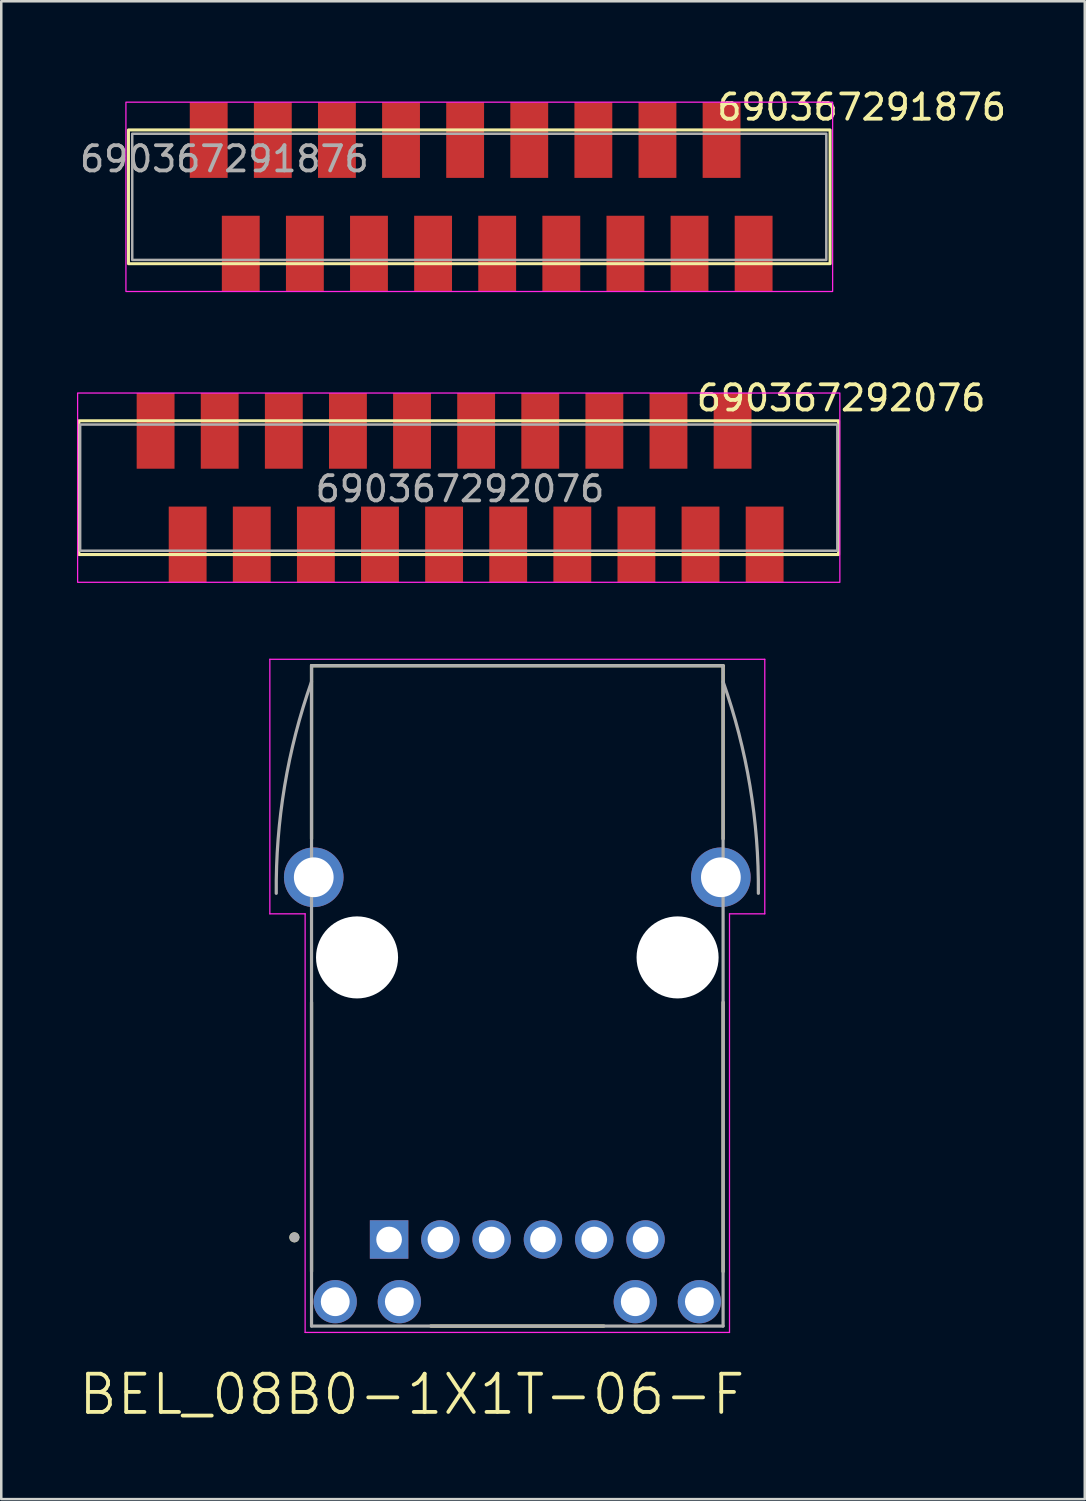
<source format=kicad_pcb>
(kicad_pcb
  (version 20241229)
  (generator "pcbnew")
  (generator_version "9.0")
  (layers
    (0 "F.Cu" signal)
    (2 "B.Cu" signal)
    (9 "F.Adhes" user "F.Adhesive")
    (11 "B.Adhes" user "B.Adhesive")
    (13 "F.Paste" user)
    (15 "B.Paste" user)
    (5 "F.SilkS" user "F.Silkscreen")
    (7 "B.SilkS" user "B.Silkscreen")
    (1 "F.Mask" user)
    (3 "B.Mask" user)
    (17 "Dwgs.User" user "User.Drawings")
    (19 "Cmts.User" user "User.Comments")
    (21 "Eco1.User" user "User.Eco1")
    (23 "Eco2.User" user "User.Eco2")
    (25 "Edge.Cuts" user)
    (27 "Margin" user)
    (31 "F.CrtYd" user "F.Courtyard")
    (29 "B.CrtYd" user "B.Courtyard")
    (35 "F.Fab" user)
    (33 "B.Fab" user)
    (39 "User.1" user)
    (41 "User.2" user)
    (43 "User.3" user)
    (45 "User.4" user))
  (footprint "690367292076"
    (layer "F.Cu")
    (at 15.125 16.271)
    (property "Reference" "690367292076" (at 15.15 -3.55 0) (unlocked yes) (layer "F.SilkS") (effects (font (size 1 1) (thickness 0.15))))
    (attr smd)
    (fp_rect (start -15.05 -2.65) (end 15.05 2.65) (stroke (width 0.12) (type solid)) (fill no) (layer "F.SilkS"))
    (fp_rect (start -13.75 -2.5) (end 13.75 2.5) (stroke (width 0.12) (type solid)) (fill no) (layer "Eco1.User"))
    (fp_rect (start -15.1 -3.75) (end 15.1 3.75) (stroke (width 0.05) (type solid)) (fill no) (layer "F.CrtYd"))
    (fp_rect (start -15 -2.5) (end 15 2.5) (stroke (width 0.1) (type solid)) (fill no) (layer "F.Fab"))
    (fp_text user "male connector size" (at 0 -3.9 0) (unlocked yes) (layer "Eco1.User") (effects (font (size 1 1) (thickness 0.15))))
    (fp_text user "${REFERENCE}" (at 0.05 0.05 0) (unlocked yes) (layer "F.Fab") (effects (font (size 1 1) (thickness 0.15))))
    (pad "1" smd rect (at 12.12 2.25) (size 1.5 3) (layers "F.Cu" "F.Mask" "F.Paste"))
    (pad "2" smd rect (at 10.85 -2.25) (size 1.5 3) (layers "F.Cu" "F.Mask" "F.Paste"))
    (pad "3" smd rect (at 9.58 2.25) (size 1.5 3) (layers "F.Cu" "F.Mask" "F.Paste"))
    (pad "4" smd rect (at 8.31 -2.25) (size 1.5 3) (layers "F.Cu" "F.Mask" "F.Paste"))
    (pad "5" smd rect (at 7.04 2.25) (size 1.5 3) (layers "F.Cu" "F.Mask" "F.Paste"))
    (pad "6" smd rect (at 5.77 -2.25) (size 1.5 3) (layers "F.Cu" "F.Mask" "F.Paste"))
    (pad "7" smd rect (at 4.5 2.25) (size 1.5 3) (layers "F.Cu" "F.Mask" "F.Paste"))
    (pad "8" smd rect (at 3.23 -2.25) (size 1.5 3) (layers "F.Cu" "F.Mask" "F.Paste"))
    (pad "9" smd rect (at 1.96 2.25) (size 1.5 3) (layers "F.Cu" "F.Mask" "F.Paste"))
    (pad "10" smd rect (at 0.69 -2.25) (size 1.5 3) (layers "F.Cu" "F.Mask" "F.Paste"))
    (pad "11" smd rect (at -0.58 2.25) (size 1.5 3) (layers "F.Cu" "F.Mask" "F.Paste"))
    (pad "12" smd rect (at -1.85 -2.25) (size 1.5 3) (layers "F.Cu" "F.Mask" "F.Paste"))
    (pad "13" smd rect (at -3.12 2.25) (size 1.5 3) (layers "F.Cu" "F.Mask" "F.Paste"))
    (pad "14" smd rect (at -4.39 -2.25) (size 1.5 3) (layers "F.Cu" "F.Mask" "F.Paste"))
    (pad "15" smd rect (at -5.66 2.25) (size 1.5 3) (layers "F.Cu" "F.Mask" "F.Paste"))
    (pad "16" smd rect (at -6.93 -2.25) (size 1.5 3) (layers "F.Cu" "F.Mask" "F.Paste"))
    (pad "17" smd rect (at -8.2 2.25) (size 1.5 3) (layers "F.Cu" "F.Mask" "F.Paste"))
    (pad "18" smd rect (at -9.47 -2.25) (size 1.5 3) (layers "F.Cu" "F.Mask" "F.Paste"))
    (pad "19" smd rect (at -10.74 2.25) (size 1.5 3) (layers "F.Cu" "F.Mask" "F.Paste"))
    (pad "20" smd rect (at -12.01 -2.25) (size 1.5 3) (layers "F.Cu" "F.Mask" "F.Paste")))
  (footprint "690367291876"
    (layer "F.Cu")
    (at 15.939 4.748)
    (property "Reference" "690367291876" (at 15.15 -3.55 0) (unlocked yes) (layer "F.SilkS") (effects (font (size 1 1) (thickness 0.15))))
    (attr smd)
    (fp_rect (start -13.9 -2.65) (end 13.9 2.65) (stroke (width 0.12) (type solid)) (fill no) (layer "F.SilkS"))
    (fp_rect (start -12.6 -2.5) (end 12.6 2.5) (stroke (width 0.12) (type solid)) (fill no) (layer "Eco1.User"))
    (fp_rect (start -14 -3.75) (end 14 3.75) (stroke (width 0.05) (type solid)) (fill no) (layer "F.CrtYd"))
    (fp_rect (start -13.75 -2.5) (end 13.75 2.5) (stroke (width 0.1) (type solid)) (fill no) (layer "F.Fab"))
    (fp_text user "male connector size" (at 0 -3.9 0) (unlocked yes) (layer "Eco1.User") (effects (font (size 1 1) (thickness 0.15))))
    (fp_text user "${REFERENCE}" (at -10.1 -1.5 0) (unlocked yes) (layer "F.Fab") (effects (font (size 1 1) (thickness 0.15))))
    (pad "1" smd rect (at 10.87 2.25) (size 1.5 3) (layers "F.Cu" "F.Mask" "F.Paste"))
    (pad "2" smd rect (at 9.6 -2.25) (size 1.5 3) (layers "F.Cu" "F.Mask" "F.Paste"))
    (pad "3" smd rect (at 8.33 2.25) (size 1.5 3) (layers "F.Cu" "F.Mask" "F.Paste"))
    (pad "4" smd rect (at 7.06 -2.25) (size 1.5 3) (layers "F.Cu" "F.Mask" "F.Paste"))
    (pad "5" smd rect (at 5.79 2.25) (size 1.5 3) (layers "F.Cu" "F.Mask" "F.Paste"))
    (pad "6" smd rect (at 4.52 -2.25) (size 1.5 3) (layers "F.Cu" "F.Mask" "F.Paste"))
    (pad "7" smd rect (at 3.25 2.25) (size 1.5 3) (layers "F.Cu" "F.Mask" "F.Paste"))
    (pad "8" smd rect (at 1.98 -2.25) (size 1.5 3) (layers "F.Cu" "F.Mask" "F.Paste"))
    (pad "9" smd rect (at 0.71 2.25) (size 1.5 3) (layers "F.Cu" "F.Mask" "F.Paste"))
    (pad "10" smd rect (at -0.56 -2.25) (size 1.5 3) (layers "F.Cu" "F.Mask" "F.Paste"))
    (pad "11" smd rect (at -1.83 2.25) (size 1.5 3) (layers "F.Cu" "F.Mask" "F.Paste"))
    (pad "12" smd rect (at -3.1 -2.25) (size 1.5 3) (layers "F.Cu" "F.Mask" "F.Paste"))
    (pad "13" smd rect (at -4.37 2.25) (size 1.5 3) (layers "F.Cu" "F.Mask" "F.Paste"))
    (pad "14" smd rect (at -5.64 -2.25) (size 1.5 3) (layers "F.Cu" "F.Mask" "F.Paste"))
    (pad "15" smd rect (at -6.91 2.25) (size 1.5 3) (layers "F.Cu" "F.Mask" "F.Paste"))
    (pad "16" smd rect (at -8.18 -2.25) (size 1.5 3) (layers "F.Cu" "F.Mask" "F.Paste"))
    (pad "17" smd rect (at -9.45 2.25) (size 1.5 3) (layers "F.Cu" "F.Mask" "F.Paste"))
    (pad "18" smd rect (at -10.72 -2.25) (size 1.5 3) (layers "F.Cu" "F.Mask" "F.Paste")))
  (footprint "BEL_08B0-1X1T-06-F"
    (layer "F.Cu")
    (at 17.446 34.883)
    (property "Reference" "BEL_08B0-1X1T-06-F" (at -4.176 17.315 0) (layer "F.SilkS") (effects (font (size 1.514 1.514) (thickness 0.15))))
    (attr through_hole)
    (fp_line (start -8.153 -4.699) (end -8.153 -11.557) (stroke (width 0.127) (type solid)) (layer "F.SilkS"))
    (fp_line (start -8.153 12.446) (end -8.153 1.778) (stroke (width 0.127) (type solid)) (layer "F.SilkS"))
    (fp_line (start -3.429 14.605) (end 3.429 14.605) (stroke (width 0.127) (type solid)) (layer "F.SilkS"))
    (fp_line (start 8.153 -11.557) (end -8.153 -11.557) (stroke (width 0.127) (type solid)) (layer "F.SilkS"))
    (fp_line (start 8.153 -4.699) (end 8.153 -11.557) (stroke (width 0.127) (type solid)) (layer "F.SilkS"))
    (fp_line (start 8.153 12.446) (end 8.153 1.778) (stroke (width 0.127) (type solid)) (layer "F.SilkS"))
    (fp_circle (center -8.832 11.091) (end -8.732 11.091) (stroke (width 0.2) (type solid)) (fill no) (layer "F.SilkS"))
    (fp_line (start -9.805 -11.811) (end -9.805 -1.727) (stroke (width 0.05) (type solid)) (layer "F.CrtYd"))
    (fp_line (start -9.805 -1.727) (end -8.407 -1.727) (stroke (width 0.05) (type solid)) (layer "F.CrtYd"))
    (fp_line (start -8.407 -1.727) (end -8.407 14.859) (stroke (width 0.05) (type solid)) (layer "F.CrtYd"))
    (fp_line (start -8.407 14.859) (end 8.407 14.859) (stroke (width 0.05) (type solid)) (layer "F.CrtYd"))
    (fp_line (start 8.407 14.859) (end 8.407 -1.727) (stroke (width 0.05) (type solid)) (layer "F.CrtYd"))
    (fp_line (start 9.805 -11.811) (end -9.805 -11.811) (stroke (width 0.05) (type solid)) (layer "F.CrtYd"))
    (fp_line (start 9.805 -11.811) (end 9.805 -1.727) (stroke (width 0.05) (type solid)) (layer "F.CrtYd"))
    (fp_line (start 9.805 -1.727) (end 8.407 -1.727) (stroke (width 0.05) (type solid)) (layer "F.CrtYd"))
    (fp_line (start -8.153 -11.557) (end -8.153 14.605) (stroke (width 0.127) (type solid)) (layer "F.Fab"))
    (fp_line (start -8.153 14.605) (end 8.153 14.605) (stroke (width 0.127) (type solid)) (layer "F.Fab"))
    (fp_line (start 8.153 -11.557) (end -8.153 -11.557) (stroke (width 0.127) (type solid)) (layer "F.Fab"))
    (fp_line (start 8.153 14.605) (end 8.153 -11.557) (stroke (width 0.127) (type solid)) (layer "F.Fab"))
    (fp_arc (start -9.5504 -2.54) (mid -9.218565 -6.792111) (end -8.1534 -10.922) (stroke (width 0.127) (type solid)) (layer "F.Fab"))
    (fp_arc (start 8.1534 -10.922) (mid 9.218565 -6.792111) (end 9.5504 -2.54) (stroke (width 0.127) (type solid)) (layer "F.Fab"))
    (fp_circle (center -8.832 11.091) (end -8.732 11.091) (stroke (width 0.2) (type solid)) (fill no) (layer "F.Fab"))
    (pad "" np_thru_hole circle (at -6.35 0) (size 3.251 3.251) (drill 3.251) (layers "*.Cu" "*.Mask"))
    (pad "" np_thru_hole circle (at 6.35 0) (size 3.251 3.251) (drill 3.251) (layers "*.Cu" "*.Mask"))
    (pad "1" thru_hole rect (at -5.08 11.176) (size 1.524 1.524) (drill 1.016) (layers "*.Cu" "*.Mask"))
    (pad "2" thru_hole circle (at -3.048 11.176) (size 1.524 1.524) (drill 1.016) (layers "*.Cu" "*.Mask"))
    (pad "3" thru_hole circle (at -1.016 11.176) (size 1.524 1.524) (drill 1.016) (layers "*.Cu" "*.Mask"))
    (pad "4" thru_hole circle (at 1.016 11.176) (size 1.524 1.524) (drill 1.016) (layers "*.Cu" "*.Mask"))
    (pad "5" thru_hole circle (at 3.048 11.176) (size 1.524 1.524) (drill 1.016) (layers "*.Cu" "*.Mask"))
    (pad "6" thru_hole circle (at 5.08 11.176) (size 1.524 1.524) (drill 1.016) (layers "*.Cu" "*.Mask"))
    (pad "7" thru_hole circle (at -7.214 13.64) (size 1.714 1.714) (drill 1.143) (layers "*.Cu" "*.Mask"))
    (pad "8" thru_hole circle (at -4.674 13.64) (size 1.714 1.714) (drill 1.143) (layers "*.Cu" "*.Mask"))
    (pad "9" thru_hole circle (at 4.674 13.64) (size 1.714 1.714) (drill 1.143) (layers "*.Cu" "*.Mask"))
    (pad "10" thru_hole circle (at 7.214 13.64) (size 1.714 1.714) (drill 1.143) (layers "*.Cu" "*.Mask"))
    (pad "S1" thru_hole circle (at -8.065 -3.175) (size 2.362 2.362) (drill 1.575) (layers "*.Cu" "*.Mask"))
    (pad "S2" thru_hole circle (at 8.065 -3.175) (size 2.362 2.362) (drill 1.575) (layers "*.Cu" "*.Mask"))
    (zone (net_name "") (layer "F.Cu") (hatch full 0.508) (connect_pads) (min_thickness 0.01) (filled_areas_thickness no) (keepout (tracks not_allowed) (vias not_allowed) (pads not_allowed) (copperpour not_allowed) (footprints allowed)) (placement (enabled no)) (fill) (polygon (pts (xy 8.429 23.96) (xy 26.463 23.96) (xy 26.463 28.532) (xy 8.429 28.532))))
    (zone (net_name "") (layer "F.Cu") (hatch full 0.508) (connect_pads) (min_thickness 0.01) (filled_areas_thickness no) (keepout (tracks not_allowed) (vias not_allowed) (pads not_allowed) (copperpour not_allowed) (footprints allowed)) (placement (enabled no)) (fill) (polygon (pts (xy 8.429 41.74) (xy 11.985 41.74) (xy 11.985 45.423) (xy 8.429 45.423))))
    (zone (net_name "") (layer "F.Cu") (hatch full 0.508) (connect_pads) (min_thickness 0.01) (filled_areas_thickness no) (keepout (tracks not_allowed) (vias not_allowed) (pads not_allowed) (copperpour not_allowed) (footprints allowed)) (placement (enabled no)) (fill) (polygon (pts (xy 22.907 41.74) (xy 26.463 41.74) (xy 26.463 45.423) (xy 22.907 45.423))))
    (zone (net_name "") (layers "F.Cu" "B.Cu") (hatch full 0.508) (connect_pads) (min_thickness 0.01) (filled_areas_thickness no) (keepout (tracks allowed) (vias not_allowed) (pads allowed) (copperpour allowed) (footprints allowed)) (placement (enabled no)) (fill) (polygon (pts (xy 8.429 23.96) (xy 26.463 23.96) (xy 26.463 28.532) (xy 8.429 28.532))))
    (zone (net_name "") (layers "F.Cu" "B.Cu") (hatch full 0.508) (connect_pads) (min_thickness 0.01) (filled_areas_thickness no) (keepout (tracks allowed) (vias not_allowed) (pads allowed) (copperpour allowed) (footprints allowed)) (placement (enabled no)) (fill) (polygon (pts (xy 8.429 41.74) (xy 11.985 41.74) (xy 11.985 45.423) (xy 8.429 45.423))))
    (zone (net_name "") (layers "F.Cu" "B.Cu") (hatch full 0.508) (connect_pads) (min_thickness 0.01) (filled_areas_thickness no) (keepout (tracks allowed) (vias not_allowed) (pads allowed) (copperpour allowed) (footprints allowed)) (placement (enabled no)) (fill) (polygon (pts (xy 22.907 41.74) (xy 26.463 41.74) (xy 26.463 45.423) (xy 22.907 45.423)))))
  (gr_rect
    (start -3 -3)
    (end 39.929 56.347)
    (stroke (width 0.1) (type default))
    (fill no)
    (layer "Edge.Cuts")))
</source>
